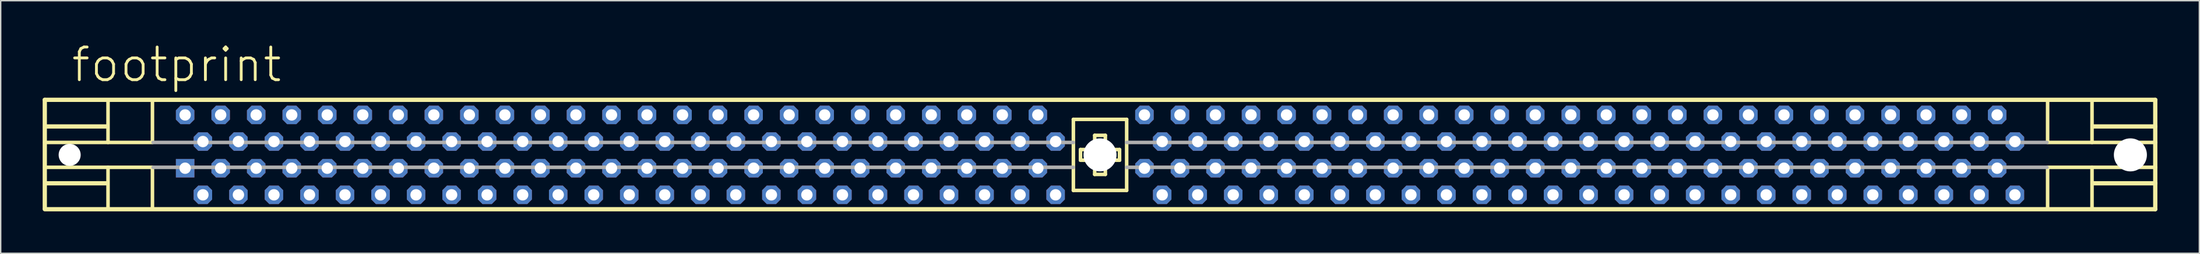
<source format=kicad_pcb>
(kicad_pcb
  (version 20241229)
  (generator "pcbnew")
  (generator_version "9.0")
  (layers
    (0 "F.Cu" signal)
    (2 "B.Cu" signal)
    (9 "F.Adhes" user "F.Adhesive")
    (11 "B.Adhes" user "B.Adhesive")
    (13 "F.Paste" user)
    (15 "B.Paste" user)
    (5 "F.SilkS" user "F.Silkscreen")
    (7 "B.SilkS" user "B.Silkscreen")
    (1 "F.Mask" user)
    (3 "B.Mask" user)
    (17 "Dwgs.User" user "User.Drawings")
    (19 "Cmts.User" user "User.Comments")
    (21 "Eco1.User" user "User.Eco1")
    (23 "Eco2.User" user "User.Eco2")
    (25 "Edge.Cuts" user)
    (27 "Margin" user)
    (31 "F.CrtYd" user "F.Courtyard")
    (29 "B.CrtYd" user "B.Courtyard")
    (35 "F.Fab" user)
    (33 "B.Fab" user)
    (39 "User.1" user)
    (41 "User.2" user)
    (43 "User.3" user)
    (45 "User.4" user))
  (footprint "footprint"
    (layer "F.Cu")
    (at 75.59 8.026)
    (property "Reference" "footprint" (at -73.66 -5.08 0) (layer "F.SilkS") (effects (font (size 2.337 2.337) (thickness 0.203)) (justify left bottom)))
    (fp_line (start -75.438 -3.937) (end -75.438 3.81) (stroke (width 0.305) (type solid)) (layer "F.SilkS"))
    (fp_line (start -75.438 -3.937) (end 75.438 -3.937) (stroke (width 0.305) (type solid)) (layer "F.SilkS"))
    (fp_line (start -75.438 -0.889) (end -67.818 -0.889) (stroke (width 0.254) (type solid)) (layer "F.SilkS"))
    (fp_line (start -75.438 0.889) (end -67.818 0.889) (stroke (width 0.254) (type solid)) (layer "F.SilkS"))
    (fp_line (start -75.311 -2.032) (end -70.993 -2.032) (stroke (width 0.305) (type solid)) (layer "F.SilkS"))
    (fp_line (start -75.311 2.032) (end -70.993 2.032) (stroke (width 0.305) (type solid)) (layer "F.SilkS"))
    (fp_line (start -70.917 -3.861) (end -70.917 -0.889) (stroke (width 0.254) (type solid)) (layer "F.SilkS"))
    (fp_line (start -70.917 0.889) (end -70.917 3.81) (stroke (width 0.254) (type solid)) (layer "F.SilkS"))
    (fp_line (start -67.742 -3.861) (end -67.742 -0.889) (stroke (width 0.254) (type solid)) (layer "F.SilkS"))
    (fp_line (start -67.742 0.889) (end -67.742 3.81) (stroke (width 0.254) (type solid)) (layer "F.SilkS"))
    (fp_line (start -1.905 -2.54) (end -1.905 2.54) (stroke (width 0.254) (type solid)) (layer "F.SilkS"))
    (fp_line (start -1.905 2.54) (end 1.905 2.54) (stroke (width 0.254) (type solid)) (layer "F.SilkS"))
    (fp_line (start -1.397 -0.381) (end -1.397 0.381) (stroke (width 0.254) (type solid)) (layer "F.SilkS"))
    (fp_line (start -1.397 0.381) (end -0.381 0.381) (stroke (width 0.254) (type solid)) (layer "F.SilkS"))
    (fp_line (start -0.381 -1.397) (end -0.381 -0.381) (stroke (width 0.254) (type solid)) (layer "F.SilkS"))
    (fp_line (start -0.381 -0.381) (end -1.397 -0.381) (stroke (width 0.254) (type solid)) (layer "F.SilkS"))
    (fp_line (start -0.381 0.381) (end -0.381 1.397) (stroke (width 0.254) (type solid)) (layer "F.SilkS"))
    (fp_line (start -0.381 1.397) (end 0.381 1.397) (stroke (width 0.254) (type solid)) (layer "F.SilkS"))
    (fp_line (start 0.381 -1.397) (end -0.381 -1.397) (stroke (width 0.254) (type solid)) (layer "F.SilkS"))
    (fp_line (start 0.381 -0.381) (end 0.381 -1.397) (stroke (width 0.254) (type solid)) (layer "F.SilkS"))
    (fp_line (start 0.381 0.381) (end 1.397 0.381) (stroke (width 0.254) (type solid)) (layer "F.SilkS"))
    (fp_line (start 0.381 1.397) (end 0.381 0.381) (stroke (width 0.254) (type solid)) (layer "F.SilkS"))
    (fp_line (start 1.397 -0.381) (end 0.381 -0.381) (stroke (width 0.254) (type solid)) (layer "F.SilkS"))
    (fp_line (start 1.397 0.381) (end 1.397 -0.381) (stroke (width 0.254) (type solid)) (layer "F.SilkS"))
    (fp_line (start 1.905 -2.54) (end -1.905 -2.54) (stroke (width 0.254) (type solid)) (layer "F.SilkS"))
    (fp_line (start 1.905 2.54) (end 1.905 -2.54) (stroke (width 0.254) (type solid)) (layer "F.SilkS"))
    (fp_line (start 67.742 -3.861) (end 67.742 -0.889) (stroke (width 0.254) (type solid)) (layer "F.SilkS"))
    (fp_line (start 67.742 0.889) (end 67.742 3.81) (stroke (width 0.254) (type solid)) (layer "F.SilkS"))
    (fp_line (start 70.917 -3.861) (end 70.917 -0.889) (stroke (width 0.254) (type solid)) (layer "F.SilkS"))
    (fp_line (start 70.917 0.889) (end 70.917 3.81) (stroke (width 0.254) (type solid)) (layer "F.SilkS"))
    (fp_line (start 75.438 -3.937) (end 75.438 -2.032) (stroke (width 0.305) (type solid)) (layer "F.SilkS"))
    (fp_line (start 75.438 -2.032) (end 70.993 -2.032) (stroke (width 0.305) (type solid)) (layer "F.SilkS"))
    (fp_line (start 75.438 -2.032) (end 75.438 -0.889) (stroke (width 0.305) (type solid)) (layer "F.SilkS"))
    (fp_line (start 75.438 -0.889) (end 67.818 -0.889) (stroke (width 0.254) (type solid)) (layer "F.SilkS"))
    (fp_line (start 75.438 -0.889) (end 75.438 0.889) (stroke (width 0.305) (type solid)) (layer "F.SilkS"))
    (fp_line (start 75.438 0.889) (end 67.818 0.889) (stroke (width 0.254) (type solid)) (layer "F.SilkS"))
    (fp_line (start 75.438 0.889) (end 75.438 2.032) (stroke (width 0.305) (type solid)) (layer "F.SilkS"))
    (fp_line (start 75.438 2.032) (end 70.993 2.032) (stroke (width 0.305) (type solid)) (layer "F.SilkS"))
    (fp_line (start 75.438 2.032) (end 75.438 3.886) (stroke (width 0.305) (type solid)) (layer "F.SilkS"))
    (fp_line (start 75.438 3.886) (end -75.438 3.886) (stroke (width 0.305) (type solid)) (layer "F.SilkS"))
    (fp_line (start -67.691 -0.889) (end -1.905 -0.889) (stroke (width 0.254) (type solid)) (layer "F.Fab"))
    (fp_line (start -67.691 0.889) (end -1.905 0.889) (stroke (width 0.254) (type solid)) (layer "F.Fab"))
    (fp_line (start 1.905 -0.889) (end 67.691 -0.889) (stroke (width 0.254) (type solid)) (layer "F.Fab"))
    (fp_line (start 1.905 0.889) (end 67.691 0.889) (stroke (width 0.254) (type solid)) (layer "F.Fab"))
    (pad "" np_thru_hole circle (at -73.66 0) (size 1.575 1.575) (drill 1.575) (layers "*.Cu" "*.Mask"))
    (pad "" np_thru_hole circle (at 0 0) (size 2.362 2.362) (drill 2.362) (layers "*.Cu" "*.Mask"))
    (pad "" np_thru_hole circle (at 73.66 0) (size 2.362 2.362) (drill 2.362) (layers "*.Cu" "*.Mask"))
    (pad "1" thru_hole rect (at -65.405 0.953) (size 1.321 1.321) (drill 0.813) (layers "*.Cu" "*.Mask"))
    (pad "2" thru_hole roundrect (at -64.135 2.857) (size 1.321 1.321) (drill 0.813) (layers "*.Cu" "*.Mask") (roundrect_rratio 0.25) (chamfer_ratio 0.25) (chamfer top_left top_right bottom_left bottom_right))
    (pad "3" thru_hole roundrect (at -62.865 0.953) (size 1.321 1.321) (drill 0.813) (layers "*.Cu" "*.Mask") (roundrect_rratio 0.25) (chamfer_ratio 0.25) (chamfer top_left top_right bottom_left bottom_right))
    (pad "4" thru_hole roundrect (at -61.595 2.857) (size 1.321 1.321) (drill 0.813) (layers "*.Cu" "*.Mask") (roundrect_rratio 0.25) (chamfer_ratio 0.25) (chamfer top_left top_right bottom_left bottom_right))
    (pad "5" thru_hole roundrect (at -60.325 0.953) (size 1.321 1.321) (drill 0.813) (layers "*.Cu" "*.Mask") (roundrect_rratio 0.25) (chamfer_ratio 0.25) (chamfer top_left top_right bottom_left bottom_right))
    (pad "6" thru_hole roundrect (at -59.055 2.857) (size 1.321 1.321) (drill 0.813) (layers "*.Cu" "*.Mask") (roundrect_rratio 0.25) (chamfer_ratio 0.25) (chamfer top_left top_right bottom_left bottom_right))
    (pad "7" thru_hole roundrect (at -57.785 0.953) (size 1.321 1.321) (drill 0.813) (layers "*.Cu" "*.Mask") (roundrect_rratio 0.25) (chamfer_ratio 0.25) (chamfer top_left top_right bottom_left bottom_right))
    (pad "8" thru_hole roundrect (at -56.515 2.857) (size 1.321 1.321) (drill 0.813) (layers "*.Cu" "*.Mask") (roundrect_rratio 0.25) (chamfer_ratio 0.25) (chamfer top_left top_right bottom_left bottom_right))
    (pad "9" thru_hole roundrect (at -55.245 0.953) (size 1.321 1.321) (drill 0.813) (layers "*.Cu" "*.Mask") (roundrect_rratio 0.25) (chamfer_ratio 0.25) (chamfer top_left top_right bottom_left bottom_right))
    (pad "10" thru_hole roundrect (at -53.975 2.857) (size 1.321 1.321) (drill 0.813) (layers "*.Cu" "*.Mask") (roundrect_rratio 0.25) (chamfer_ratio 0.25) (chamfer top_left top_right bottom_left bottom_right))
    (pad "11" thru_hole roundrect (at -52.705 0.953) (size 1.321 1.321) (drill 0.813) (layers "*.Cu" "*.Mask") (roundrect_rratio 0.25) (chamfer_ratio 0.25) (chamfer top_left top_right bottom_left bottom_right))
    (pad "12" thru_hole roundrect (at -51.435 2.857) (size 1.321 1.321) (drill 0.813) (layers "*.Cu" "*.Mask") (roundrect_rratio 0.25) (chamfer_ratio 0.25) (chamfer top_left top_right bottom_left bottom_right))
    (pad "13" thru_hole roundrect (at -50.165 0.953) (size 1.321 1.321) (drill 0.813) (layers "*.Cu" "*.Mask") (roundrect_rratio 0.25) (chamfer_ratio 0.25) (chamfer top_left top_right bottom_left bottom_right))
    (pad "14" thru_hole roundrect (at -48.895 2.857) (size 1.321 1.321) (drill 0.813) (layers "*.Cu" "*.Mask") (roundrect_rratio 0.25) (chamfer_ratio 0.25) (chamfer top_left top_right bottom_left bottom_right))
    (pad "15" thru_hole roundrect (at -47.625 0.953) (size 1.321 1.321) (drill 0.813) (layers "*.Cu" "*.Mask") (roundrect_rratio 0.25) (chamfer_ratio 0.25) (chamfer top_left top_right bottom_left bottom_right))
    (pad "16" thru_hole roundrect (at -46.355 2.857) (size 1.321 1.321) (drill 0.813) (layers "*.Cu" "*.Mask") (roundrect_rratio 0.25) (chamfer_ratio 0.25) (chamfer top_left top_right bottom_left bottom_right))
    (pad "17" thru_hole roundrect (at -45.085 0.953) (size 1.321 1.321) (drill 0.813) (layers "*.Cu" "*.Mask") (roundrect_rratio 0.25) (chamfer_ratio 0.25) (chamfer top_left top_right bottom_left bottom_right))
    (pad "18" thru_hole roundrect (at -43.815 2.857) (size 1.321 1.321) (drill 0.813) (layers "*.Cu" "*.Mask") (roundrect_rratio 0.25) (chamfer_ratio 0.25) (chamfer top_left top_right bottom_left bottom_right))
    (pad "19" thru_hole roundrect (at -42.545 0.953) (size 1.321 1.321) (drill 0.813) (layers "*.Cu" "*.Mask") (roundrect_rratio 0.25) (chamfer_ratio 0.25) (chamfer top_left top_right bottom_left bottom_right))
    (pad "20" thru_hole roundrect (at -41.275 2.857) (size 1.321 1.321) (drill 0.813) (layers "*.Cu" "*.Mask") (roundrect_rratio 0.25) (chamfer_ratio 0.25) (chamfer top_left top_right bottom_left bottom_right))
    (pad "21" thru_hole roundrect (at -40.005 0.953) (size 1.321 1.321) (drill 0.813) (layers "*.Cu" "*.Mask") (roundrect_rratio 0.25) (chamfer_ratio 0.25) (chamfer top_left top_right bottom_left bottom_right))
    (pad "22" thru_hole roundrect (at -38.735 2.857) (size 1.321 1.321) (drill 0.813) (layers "*.Cu" "*.Mask") (roundrect_rratio 0.25) (chamfer_ratio 0.25) (chamfer top_left top_right bottom_left bottom_right))
    (pad "23" thru_hole roundrect (at -37.465 0.953) (size 1.321 1.321) (drill 0.813) (layers "*.Cu" "*.Mask") (roundrect_rratio 0.25) (chamfer_ratio 0.25) (chamfer top_left top_right bottom_left bottom_right))
    (pad "24" thru_hole roundrect (at -36.195 2.857) (size 1.321 1.321) (drill 0.813) (layers "*.Cu" "*.Mask") (roundrect_rratio 0.25) (chamfer_ratio 0.25) (chamfer top_left top_right bottom_left bottom_right))
    (pad "25" thru_hole roundrect (at -34.925 0.953) (size 1.321 1.321) (drill 0.813) (layers "*.Cu" "*.Mask") (roundrect_rratio 0.25) (chamfer_ratio 0.25) (chamfer top_left top_right bottom_left bottom_right))
    (pad "26" thru_hole roundrect (at -33.655 2.857) (size 1.321 1.321) (drill 0.813) (layers "*.Cu" "*.Mask") (roundrect_rratio 0.25) (chamfer_ratio 0.25) (chamfer top_left top_right bottom_left bottom_right))
    (pad "27" thru_hole roundrect (at -32.385 0.953) (size 1.321 1.321) (drill 0.813) (layers "*.Cu" "*.Mask") (roundrect_rratio 0.25) (chamfer_ratio 0.25) (chamfer top_left top_right bottom_left bottom_right))
    (pad "28" thru_hole roundrect (at -31.115 2.857) (size 1.321 1.321) (drill 0.813) (layers "*.Cu" "*.Mask") (roundrect_rratio 0.25) (chamfer_ratio 0.25) (chamfer top_left top_right bottom_left bottom_right))
    (pad "29" thru_hole roundrect (at -29.845 0.953) (size 1.321 1.321) (drill 0.813) (layers "*.Cu" "*.Mask") (roundrect_rratio 0.25) (chamfer_ratio 0.25) (chamfer top_left top_right bottom_left bottom_right))
    (pad "30" thru_hole roundrect (at -28.575 2.857) (size 1.321 1.321) (drill 0.813) (layers "*.Cu" "*.Mask") (roundrect_rratio 0.25) (chamfer_ratio 0.25) (chamfer top_left top_right bottom_left bottom_right))
    (pad "31" thru_hole roundrect (at -27.305 0.953) (size 1.321 1.321) (drill 0.813) (layers "*.Cu" "*.Mask") (roundrect_rratio 0.25) (chamfer_ratio 0.25) (chamfer top_left top_right bottom_left bottom_right))
    (pad "32" thru_hole roundrect (at -26.035 2.857) (size 1.321 1.321) (drill 0.813) (layers "*.Cu" "*.Mask") (roundrect_rratio 0.25) (chamfer_ratio 0.25) (chamfer top_left top_right bottom_left bottom_right))
    (pad "33" thru_hole roundrect (at -24.765 0.953) (size 1.321 1.321) (drill 0.813) (layers "*.Cu" "*.Mask") (roundrect_rratio 0.25) (chamfer_ratio 0.25) (chamfer top_left top_right bottom_left bottom_right))
    (pad "34" thru_hole roundrect (at -23.495 2.857) (size 1.321 1.321) (drill 0.813) (layers "*.Cu" "*.Mask") (roundrect_rratio 0.25) (chamfer_ratio 0.25) (chamfer top_left top_right bottom_left bottom_right))
    (pad "35" thru_hole roundrect (at -22.225 0.953) (size 1.321 1.321) (drill 0.813) (layers "*.Cu" "*.Mask") (roundrect_rratio 0.25) (chamfer_ratio 0.25) (chamfer top_left top_right bottom_left bottom_right))
    (pad "36" thru_hole roundrect (at -20.955 2.857) (size 1.321 1.321) (drill 0.813) (layers "*.Cu" "*.Mask") (roundrect_rratio 0.25) (chamfer_ratio 0.25) (chamfer top_left top_right bottom_left bottom_right))
    (pad "37" thru_hole roundrect (at -19.685 0.953) (size 1.321 1.321) (drill 0.813) (layers "*.Cu" "*.Mask") (roundrect_rratio 0.25) (chamfer_ratio 0.25) (chamfer top_left top_right bottom_left bottom_right))
    (pad "38" thru_hole roundrect (at -18.415 2.857) (size 1.321 1.321) (drill 0.813) (layers "*.Cu" "*.Mask") (roundrect_rratio 0.25) (chamfer_ratio 0.25) (chamfer top_left top_right bottom_left bottom_right))
    (pad "39" thru_hole roundrect (at -17.145 0.953) (size 1.321 1.321) (drill 0.813) (layers "*.Cu" "*.Mask") (roundrect_rratio 0.25) (chamfer_ratio 0.25) (chamfer top_left top_right bottom_left bottom_right))
    (pad "40" thru_hole roundrect (at -15.875 2.857) (size 1.321 1.321) (drill 0.813) (layers "*.Cu" "*.Mask") (roundrect_rratio 0.25) (chamfer_ratio 0.25) (chamfer top_left top_right bottom_left bottom_right))
    (pad "41" thru_hole roundrect (at -14.605 0.953) (size 1.321 1.321) (drill 0.813) (layers "*.Cu" "*.Mask") (roundrect_rratio 0.25) (chamfer_ratio 0.25) (chamfer top_left top_right bottom_left bottom_right))
    (pad "42" thru_hole roundrect (at -13.335 2.857) (size 1.321 1.321) (drill 0.813) (layers "*.Cu" "*.Mask") (roundrect_rratio 0.25) (chamfer_ratio 0.25) (chamfer top_left top_right bottom_left bottom_right))
    (pad "43" thru_hole roundrect (at -12.065 0.953) (size 1.321 1.321) (drill 0.813) (layers "*.Cu" "*.Mask") (roundrect_rratio 0.25) (chamfer_ratio 0.25) (chamfer top_left top_right bottom_left bottom_right))
    (pad "44" thru_hole roundrect (at -10.795 2.857) (size 1.321 1.321) (drill 0.813) (layers "*.Cu" "*.Mask") (roundrect_rratio 0.25) (chamfer_ratio 0.25) (chamfer top_left top_right bottom_left bottom_right))
    (pad "45" thru_hole roundrect (at -9.525 0.953) (size 1.321 1.321) (drill 0.813) (layers "*.Cu" "*.Mask") (roundrect_rratio 0.25) (chamfer_ratio 0.25) (chamfer top_left top_right bottom_left bottom_right))
    (pad "46" thru_hole roundrect (at -8.255 2.857) (size 1.321 1.321) (drill 0.813) (layers "*.Cu" "*.Mask") (roundrect_rratio 0.25) (chamfer_ratio 0.25) (chamfer top_left top_right bottom_left bottom_right))
    (pad "47" thru_hole roundrect (at -6.985 0.953) (size 1.321 1.321) (drill 0.813) (layers "*.Cu" "*.Mask") (roundrect_rratio 0.25) (chamfer_ratio 0.25) (chamfer top_left top_right bottom_left bottom_right))
    (pad "48" thru_hole roundrect (at -5.715 2.857) (size 1.321 1.321) (drill 0.813) (layers "*.Cu" "*.Mask") (roundrect_rratio 0.25) (chamfer_ratio 0.25) (chamfer top_left top_right bottom_left bottom_right))
    (pad "49" thru_hole roundrect (at -4.445 0.953) (size 1.321 1.321) (drill 0.813) (layers "*.Cu" "*.Mask") (roundrect_rratio 0.25) (chamfer_ratio 0.25) (chamfer top_left top_right bottom_left bottom_right))
    (pad "50" thru_hole roundrect (at -3.175 2.857) (size 1.321 1.321) (drill 0.813) (layers "*.Cu" "*.Mask") (roundrect_rratio 0.25) (chamfer_ratio 0.25) (chamfer top_left top_right bottom_left bottom_right))
    (pad "51" thru_hole roundrect (at 3.175 0.953) (size 1.321 1.321) (drill 0.813) (layers "*.Cu" "*.Mask") (roundrect_rratio 0.25) (chamfer_ratio 0.25) (chamfer top_left top_right bottom_left bottom_right))
    (pad "52" thru_hole roundrect (at 4.445 2.857) (size 1.321 1.321) (drill 0.813) (layers "*.Cu" "*.Mask") (roundrect_rratio 0.25) (chamfer_ratio 0.25) (chamfer top_left top_right bottom_left bottom_right))
    (pad "53" thru_hole roundrect (at 5.715 0.953) (size 1.321 1.321) (drill 0.813) (layers "*.Cu" "*.Mask") (roundrect_rratio 0.25) (chamfer_ratio 0.25) (chamfer top_left top_right bottom_left bottom_right))
    (pad "54" thru_hole roundrect (at 6.985 2.857) (size 1.321 1.321) (drill 0.813) (layers "*.Cu" "*.Mask") (roundrect_rratio 0.25) (chamfer_ratio 0.25) (chamfer top_left top_right bottom_left bottom_right))
    (pad "55" thru_hole roundrect (at 8.255 0.953) (size 1.321 1.321) (drill 0.813) (layers "*.Cu" "*.Mask") (roundrect_rratio 0.25) (chamfer_ratio 0.25) (chamfer top_left top_right bottom_left bottom_right))
    (pad "56" thru_hole roundrect (at 9.525 2.857) (size 1.321 1.321) (drill 0.813) (layers "*.Cu" "*.Mask") (roundrect_rratio 0.25) (chamfer_ratio 0.25) (chamfer top_left top_right bottom_left bottom_right))
    (pad "57" thru_hole roundrect (at 10.795 0.953) (size 1.321 1.321) (drill 0.813) (layers "*.Cu" "*.Mask") (roundrect_rratio 0.25) (chamfer_ratio 0.25) (chamfer top_left top_right bottom_left bottom_right))
    (pad "58" thru_hole roundrect (at 12.065 2.857) (size 1.321 1.321) (drill 0.813) (layers "*.Cu" "*.Mask") (roundrect_rratio 0.25) (chamfer_ratio 0.25) (chamfer top_left top_right bottom_left bottom_right))
    (pad "59" thru_hole roundrect (at 13.335 0.953) (size 1.321 1.321) (drill 0.813) (layers "*.Cu" "*.Mask") (roundrect_rratio 0.25) (chamfer_ratio 0.25) (chamfer top_left top_right bottom_left bottom_right))
    (pad "60" thru_hole roundrect (at 14.605 2.857) (size 1.321 1.321) (drill 0.813) (layers "*.Cu" "*.Mask") (roundrect_rratio 0.25) (chamfer_ratio 0.25) (chamfer top_left top_right bottom_left bottom_right))
    (pad "61" thru_hole roundrect (at 15.875 0.953) (size 1.321 1.321) (drill 0.813) (layers "*.Cu" "*.Mask") (roundrect_rratio 0.25) (chamfer_ratio 0.25) (chamfer top_left top_right bottom_left bottom_right))
    (pad "62" thru_hole roundrect (at 17.145 2.857) (size 1.321 1.321) (drill 0.813) (layers "*.Cu" "*.Mask") (roundrect_rratio 0.25) (chamfer_ratio 0.25) (chamfer top_left top_right bottom_left bottom_right))
    (pad "63" thru_hole roundrect (at 18.415 0.953) (size 1.321 1.321) (drill 0.813) (layers "*.Cu" "*.Mask") (roundrect_rratio 0.25) (chamfer_ratio 0.25) (chamfer top_left top_right bottom_left bottom_right))
    (pad "64" thru_hole roundrect (at 19.685 2.857) (size 1.321 1.321) (drill 0.813) (layers "*.Cu" "*.Mask") (roundrect_rratio 0.25) (chamfer_ratio 0.25) (chamfer top_left top_right bottom_left bottom_right))
    (pad "65" thru_hole roundrect (at 20.955 0.953) (size 1.321 1.321) (drill 0.813) (layers "*.Cu" "*.Mask") (roundrect_rratio 0.25) (chamfer_ratio 0.25) (chamfer top_left top_right bottom_left bottom_right))
    (pad "66" thru_hole roundrect (at 22.225 2.857) (size 1.321 1.321) (drill 0.813) (layers "*.Cu" "*.Mask") (roundrect_rratio 0.25) (chamfer_ratio 0.25) (chamfer top_left top_right bottom_left bottom_right))
    (pad "67" thru_hole roundrect (at 23.495 0.953) (size 1.321 1.321) (drill 0.813) (layers "*.Cu" "*.Mask") (roundrect_rratio 0.25) (chamfer_ratio 0.25) (chamfer top_left top_right bottom_left bottom_right))
    (pad "68" thru_hole roundrect (at 24.765 2.857) (size 1.321 1.321) (drill 0.813) (layers "*.Cu" "*.Mask") (roundrect_rratio 0.25) (chamfer_ratio 0.25) (chamfer top_left top_right bottom_left bottom_right))
    (pad "69" thru_hole roundrect (at 26.035 0.953) (size 1.321 1.321) (drill 0.813) (layers "*.Cu" "*.Mask") (roundrect_rratio 0.25) (chamfer_ratio 0.25) (chamfer top_left top_right bottom_left bottom_right))
    (pad "70" thru_hole roundrect (at 27.305 2.857) (size 1.321 1.321) (drill 0.813) (layers "*.Cu" "*.Mask") (roundrect_rratio 0.25) (chamfer_ratio 0.25) (chamfer top_left top_right bottom_left bottom_right))
    (pad "71" thru_hole roundrect (at 28.575 0.953) (size 1.321 1.321) (drill 0.813) (layers "*.Cu" "*.Mask") (roundrect_rratio 0.25) (chamfer_ratio 0.25) (chamfer top_left top_right bottom_left bottom_right))
    (pad "72" thru_hole roundrect (at 29.845 2.857) (size 1.321 1.321) (drill 0.813) (layers "*.Cu" "*.Mask") (roundrect_rratio 0.25) (chamfer_ratio 0.25) (chamfer top_left top_right bottom_left bottom_right))
    (pad "73" thru_hole roundrect (at 31.115 0.953) (size 1.321 1.321) (drill 0.813) (layers "*.Cu" "*.Mask") (roundrect_rratio 0.25) (chamfer_ratio 0.25) (chamfer top_left top_right bottom_left bottom_right))
    (pad "74" thru_hole roundrect (at 32.385 2.857) (size 1.321 1.321) (drill 0.813) (layers "*.Cu" "*.Mask") (roundrect_rratio 0.25) (chamfer_ratio 0.25) (chamfer top_left top_right bottom_left bottom_right))
    (pad "75" thru_hole roundrect (at 33.655 0.953) (size 1.321 1.321) (drill 0.813) (layers "*.Cu" "*.Mask") (roundrect_rratio 0.25) (chamfer_ratio 0.25) (chamfer top_left top_right bottom_left bottom_right))
    (pad "76" thru_hole roundrect (at 34.925 2.857) (size 1.321 1.321) (drill 0.813) (layers "*.Cu" "*.Mask") (roundrect_rratio 0.25) (chamfer_ratio 0.25) (chamfer top_left top_right bottom_left bottom_right))
    (pad "77" thru_hole roundrect (at 36.195 0.953) (size 1.321 1.321) (drill 0.813) (layers "*.Cu" "*.Mask") (roundrect_rratio 0.25) (chamfer_ratio 0.25) (chamfer top_left top_right bottom_left bottom_right))
    (pad "78" thru_hole roundrect (at 37.465 2.857) (size 1.321 1.321) (drill 0.813) (layers "*.Cu" "*.Mask") (roundrect_rratio 0.25) (chamfer_ratio 0.25) (chamfer top_left top_right bottom_left bottom_right))
    (pad "79" thru_hole roundrect (at 38.735 0.953) (size 1.321 1.321) (drill 0.813) (layers "*.Cu" "*.Mask") (roundrect_rratio 0.25) (chamfer_ratio 0.25) (chamfer top_left top_right bottom_left bottom_right))
    (pad "80" thru_hole roundrect (at 40.005 2.857) (size 1.321 1.321) (drill 0.813) (layers "*.Cu" "*.Mask") (roundrect_rratio 0.25) (chamfer_ratio 0.25) (chamfer top_left top_right bottom_left bottom_right))
    (pad "81" thru_hole roundrect (at 41.275 0.953) (size 1.321 1.321) (drill 0.813) (layers "*.Cu" "*.Mask") (roundrect_rratio 0.25) (chamfer_ratio 0.25) (chamfer top_left top_right bottom_left bottom_right))
    (pad "82" thru_hole roundrect (at 42.545 2.857) (size 1.321 1.321) (drill 0.813) (layers "*.Cu" "*.Mask") (roundrect_rratio 0.25) (chamfer_ratio 0.25) (chamfer top_left top_right bottom_left bottom_right))
    (pad "83" thru_hole roundrect (at 43.815 0.953) (size 1.321 1.321) (drill 0.813) (layers "*.Cu" "*.Mask") (roundrect_rratio 0.25) (chamfer_ratio 0.25) (chamfer top_left top_right bottom_left bottom_right))
    (pad "84" thru_hole roundrect (at 45.085 2.857) (size 1.321 1.321) (drill 0.813) (layers "*.Cu" "*.Mask") (roundrect_rratio 0.25) (chamfer_ratio 0.25) (chamfer top_left top_right bottom_left bottom_right))
    (pad "85" thru_hole roundrect (at 46.355 0.953) (size 1.321 1.321) (drill 0.813) (layers "*.Cu" "*.Mask") (roundrect_rratio 0.25) (chamfer_ratio 0.25) (chamfer top_left top_right bottom_left bottom_right))
    (pad "86" thru_hole roundrect (at 47.625 2.857) (size 1.321 1.321) (drill 0.813) (layers "*.Cu" "*.Mask") (roundrect_rratio 0.25) (chamfer_ratio 0.25) (chamfer top_left top_right bottom_left bottom_right))
    (pad "87" thru_hole roundrect (at 48.895 0.953) (size 1.321 1.321) (drill 0.813) (layers "*.Cu" "*.Mask") (roundrect_rratio 0.25) (chamfer_ratio 0.25) (chamfer top_left top_right bottom_left bottom_right))
    (pad "88" thru_hole roundrect (at 50.165 2.857) (size 1.321 1.321) (drill 0.813) (layers "*.Cu" "*.Mask") (roundrect_rratio 0.25) (chamfer_ratio 0.25) (chamfer top_left top_right bottom_left bottom_right))
    (pad "89" thru_hole roundrect (at 51.435 0.953) (size 1.321 1.321) (drill 0.813) (layers "*.Cu" "*.Mask") (roundrect_rratio 0.25) (chamfer_ratio 0.25) (chamfer top_left top_right bottom_left bottom_right))
    (pad "90" thru_hole roundrect (at 52.705 2.857) (size 1.321 1.321) (drill 0.813) (layers "*.Cu" "*.Mask") (roundrect_rratio 0.25) (chamfer_ratio 0.25) (chamfer top_left top_right bottom_left bottom_right))
    (pad "91" thru_hole roundrect (at 53.975 0.953) (size 1.321 1.321) (drill 0.813) (layers "*.Cu" "*.Mask") (roundrect_rratio 0.25) (chamfer_ratio 0.25) (chamfer top_left top_right bottom_left bottom_right))
    (pad "92" thru_hole roundrect (at 55.245 2.857) (size 1.321 1.321) (drill 0.813) (layers "*.Cu" "*.Mask") (roundrect_rratio 0.25) (chamfer_ratio 0.25) (chamfer top_left top_right bottom_left bottom_right))
    (pad "93" thru_hole roundrect (at 56.515 0.953) (size 1.321 1.321) (drill 0.813) (layers "*.Cu" "*.Mask") (roundrect_rratio 0.25) (chamfer_ratio 0.25) (chamfer top_left top_right bottom_left bottom_right))
    (pad "94" thru_hole roundrect (at 57.785 2.857) (size 1.321 1.321) (drill 0.813) (layers "*.Cu" "*.Mask") (roundrect_rratio 0.25) (chamfer_ratio 0.25) (chamfer top_left top_right bottom_left bottom_right))
    (pad "95" thru_hole roundrect (at 59.055 0.953) (size 1.321 1.321) (drill 0.813) (layers "*.Cu" "*.Mask") (roundrect_rratio 0.25) (chamfer_ratio 0.25) (chamfer top_left top_right bottom_left bottom_right))
    (pad "96" thru_hole roundrect (at 60.325 2.857) (size 1.321 1.321) (drill 0.813) (layers "*.Cu" "*.Mask") (roundrect_rratio 0.25) (chamfer_ratio 0.25) (chamfer top_left top_right bottom_left bottom_right))
    (pad "97" thru_hole roundrect (at 61.595 0.953) (size 1.321 1.321) (drill 0.813) (layers "*.Cu" "*.Mask") (roundrect_rratio 0.25) (chamfer_ratio 0.25) (chamfer top_left top_right bottom_left bottom_right))
    (pad "98" thru_hole roundrect (at 62.865 2.857) (size 1.321 1.321) (drill 0.813) (layers "*.Cu" "*.Mask") (roundrect_rratio 0.25) (chamfer_ratio 0.25) (chamfer top_left top_right bottom_left bottom_right))
    (pad "99" thru_hole roundrect (at 64.135 0.953) (size 1.321 1.321) (drill 0.813) (layers "*.Cu" "*.Mask") (roundrect_rratio 0.25) (chamfer_ratio 0.25) (chamfer top_left top_right bottom_left bottom_right))
    (pad "100" thru_hole roundrect (at 65.405 2.857) (size 1.321 1.321) (drill 0.813) (layers "*.Cu" "*.Mask") (roundrect_rratio 0.25) (chamfer_ratio 0.25) (chamfer top_left top_right bottom_left bottom_right))
    (pad "101" thru_hole roundrect (at -65.405 -2.857) (size 1.321 1.321) (drill 0.813) (layers "*.Cu" "*.Mask") (roundrect_rratio 0.25) (chamfer_ratio 0.25) (chamfer top_left top_right bottom_left bottom_right))
    (pad "102" thru_hole roundrect (at -64.135 -0.953) (size 1.321 1.321) (drill 0.813) (layers "*.Cu" "*.Mask") (roundrect_rratio 0.25) (chamfer_ratio 0.25) (chamfer top_left top_right bottom_left bottom_right))
    (pad "103" thru_hole roundrect (at -62.865 -2.857) (size 1.321 1.321) (drill 0.813) (layers "*.Cu" "*.Mask") (roundrect_rratio 0.25) (chamfer_ratio 0.25) (chamfer top_left top_right bottom_left bottom_right))
    (pad "104" thru_hole roundrect (at -61.595 -0.953) (size 1.321 1.321) (drill 0.813) (layers "*.Cu" "*.Mask") (roundrect_rratio 0.25) (chamfer_ratio 0.25) (chamfer top_left top_right bottom_left bottom_right))
    (pad "105" thru_hole roundrect (at -60.325 -2.857) (size 1.321 1.321) (drill 0.813) (layers "*.Cu" "*.Mask") (roundrect_rratio 0.25) (chamfer_ratio 0.25) (chamfer top_left top_right bottom_left bottom_right))
    (pad "106" thru_hole roundrect (at -59.055 -0.953) (size 1.321 1.321) (drill 0.813) (layers "*.Cu" "*.Mask") (roundrect_rratio 0.25) (chamfer_ratio 0.25) (chamfer top_left top_right bottom_left bottom_right))
    (pad "107" thru_hole roundrect (at -57.785 -2.857) (size 1.321 1.321) (drill 0.813) (layers "*.Cu" "*.Mask") (roundrect_rratio 0.25) (chamfer_ratio 0.25) (chamfer top_left top_right bottom_left bottom_right))
    (pad "108" thru_hole roundrect (at -56.515 -0.953) (size 1.321 1.321) (drill 0.813) (layers "*.Cu" "*.Mask") (roundrect_rratio 0.25) (chamfer_ratio 0.25) (chamfer top_left top_right bottom_left bottom_right))
    (pad "109" thru_hole roundrect (at -55.245 -2.857) (size 1.321 1.321) (drill 0.813) (layers "*.Cu" "*.Mask") (roundrect_rratio 0.25) (chamfer_ratio 0.25) (chamfer top_left top_right bottom_left bottom_right))
    (pad "110" thru_hole roundrect (at -53.975 -0.953) (size 1.321 1.321) (drill 0.813) (layers "*.Cu" "*.Mask") (roundrect_rratio 0.25) (chamfer_ratio 0.25) (chamfer top_left top_right bottom_left bottom_right))
    (pad "111" thru_hole roundrect (at -52.705 -2.857) (size 1.321 1.321) (drill 0.813) (layers "*.Cu" "*.Mask") (roundrect_rratio 0.25) (chamfer_ratio 0.25) (chamfer top_left top_right bottom_left bottom_right))
    (pad "112" thru_hole roundrect (at -51.435 -0.953) (size 1.321 1.321) (drill 0.813) (layers "*.Cu" "*.Mask") (roundrect_rratio 0.25) (chamfer_ratio 0.25) (chamfer top_left top_right bottom_left bottom_right))
    (pad "113" thru_hole roundrect (at -50.165 -2.857) (size 1.321 1.321) (drill 0.813) (layers "*.Cu" "*.Mask") (roundrect_rratio 0.25) (chamfer_ratio 0.25) (chamfer top_left top_right bottom_left bottom_right))
    (pad "114" thru_hole roundrect (at -48.895 -0.953) (size 1.321 1.321) (drill 0.813) (layers "*.Cu" "*.Mask") (roundrect_rratio 0.25) (chamfer_ratio 0.25) (chamfer top_left top_right bottom_left bottom_right))
    (pad "115" thru_hole roundrect (at -47.625 -2.857) (size 1.321 1.321) (drill 0.813) (layers "*.Cu" "*.Mask") (roundrect_rratio 0.25) (chamfer_ratio 0.25) (chamfer top_left top_right bottom_left bottom_right))
    (pad "116" thru_hole roundrect (at -46.355 -0.953) (size 1.321 1.321) (drill 0.813) (layers "*.Cu" "*.Mask") (roundrect_rratio 0.25) (chamfer_ratio 0.25) (chamfer top_left top_right bottom_left bottom_right))
    (pad "117" thru_hole roundrect (at -45.085 -2.857) (size 1.321 1.321) (drill 0.813) (layers "*.Cu" "*.Mask") (roundrect_rratio 0.25) (chamfer_ratio 0.25) (chamfer top_left top_right bottom_left bottom_right))
    (pad "118" thru_hole roundrect (at -43.815 -0.953) (size 1.321 1.321) (drill 0.813) (layers "*.Cu" "*.Mask") (roundrect_rratio 0.25) (chamfer_ratio 0.25) (chamfer top_left top_right bottom_left bottom_right))
    (pad "119" thru_hole roundrect (at -42.545 -2.857) (size 1.321 1.321) (drill 0.813) (layers "*.Cu" "*.Mask") (roundrect_rratio 0.25) (chamfer_ratio 0.25) (chamfer top_left top_right bottom_left bottom_right))
    (pad "120" thru_hole roundrect (at -41.275 -0.953) (size 1.321 1.321) (drill 0.813) (layers "*.Cu" "*.Mask") (roundrect_rratio 0.25) (chamfer_ratio 0.25) (chamfer top_left top_right bottom_left bottom_right))
    (pad "121" thru_hole roundrect (at -40.005 -2.857) (size 1.321 1.321) (drill 0.813) (layers "*.Cu" "*.Mask") (roundrect_rratio 0.25) (chamfer_ratio 0.25) (chamfer top_left top_right bottom_left bottom_right))
    (pad "122" thru_hole roundrect (at -38.735 -0.953) (size 1.321 1.321) (drill 0.813) (layers "*.Cu" "*.Mask") (roundrect_rratio 0.25) (chamfer_ratio 0.25) (chamfer top_left top_right bottom_left bottom_right))
    (pad "123" thru_hole roundrect (at -37.465 -2.857) (size 1.321 1.321) (drill 0.813) (layers "*.Cu" "*.Mask") (roundrect_rratio 0.25) (chamfer_ratio 0.25) (chamfer top_left top_right bottom_left bottom_right))
    (pad "124" thru_hole roundrect (at -36.195 -0.953) (size 1.321 1.321) (drill 0.813) (layers "*.Cu" "*.Mask") (roundrect_rratio 0.25) (chamfer_ratio 0.25) (chamfer top_left top_right bottom_left bottom_right))
    (pad "125" thru_hole roundrect (at -34.925 -2.857) (size 1.321 1.321) (drill 0.813) (layers "*.Cu" "*.Mask") (roundrect_rratio 0.25) (chamfer_ratio 0.25) (chamfer top_left top_right bottom_left bottom_right))
    (pad "126" thru_hole roundrect (at -33.655 -0.953) (size 1.321 1.321) (drill 0.813) (layers "*.Cu" "*.Mask") (roundrect_rratio 0.25) (chamfer_ratio 0.25) (chamfer top_left top_right bottom_left bottom_right))
    (pad "127" thru_hole roundrect (at -32.385 -2.857) (size 1.321 1.321) (drill 0.813) (layers "*.Cu" "*.Mask") (roundrect_rratio 0.25) (chamfer_ratio 0.25) (chamfer top_left top_right bottom_left bottom_right))
    (pad "128" thru_hole roundrect (at -31.115 -0.953) (size 1.321 1.321) (drill 0.813) (layers "*.Cu" "*.Mask") (roundrect_rratio 0.25) (chamfer_ratio 0.25) (chamfer top_left top_right bottom_left bottom_right))
    (pad "129" thru_hole roundrect (at -29.845 -2.857) (size 1.321 1.321) (drill 0.813) (layers "*.Cu" "*.Mask") (roundrect_rratio 0.25) (chamfer_ratio 0.25) (chamfer top_left top_right bottom_left bottom_right))
    (pad "130" thru_hole roundrect (at -28.575 -0.953) (size 1.321 1.321) (drill 0.813) (layers "*.Cu" "*.Mask") (roundrect_rratio 0.25) (chamfer_ratio 0.25) (chamfer top_left top_right bottom_left bottom_right))
    (pad "131" thru_hole roundrect (at -27.305 -2.857) (size 1.321 1.321) (drill 0.813) (layers "*.Cu" "*.Mask") (roundrect_rratio 0.25) (chamfer_ratio 0.25) (chamfer top_left top_right bottom_left bottom_right))
    (pad "132" thru_hole roundrect (at -26.035 -0.953) (size 1.321 1.321) (drill 0.813) (layers "*.Cu" "*.Mask") (roundrect_rratio 0.25) (chamfer_ratio 0.25) (chamfer top_left top_right bottom_left bottom_right))
    (pad "133" thru_hole roundrect (at -24.765 -2.857) (size 1.321 1.321) (drill 0.813) (layers "*.Cu" "*.Mask") (roundrect_rratio 0.25) (chamfer_ratio 0.25) (chamfer top_left top_right bottom_left bottom_right))
    (pad "134" thru_hole roundrect (at -23.495 -0.953) (size 1.321 1.321) (drill 0.813) (layers "*.Cu" "*.Mask") (roundrect_rratio 0.25) (chamfer_ratio 0.25) (chamfer top_left top_right bottom_left bottom_right))
    (pad "135" thru_hole roundrect (at -22.225 -2.857) (size 1.321 1.321) (drill 0.813) (layers "*.Cu" "*.Mask") (roundrect_rratio 0.25) (chamfer_ratio 0.25) (chamfer top_left top_right bottom_left bottom_right))
    (pad "136" thru_hole roundrect (at -20.955 -0.953) (size 1.321 1.321) (drill 0.813) (layers "*.Cu" "*.Mask") (roundrect_rratio 0.25) (chamfer_ratio 0.25) (chamfer top_left top_right bottom_left bottom_right))
    (pad "137" thru_hole roundrect (at -19.685 -2.857) (size 1.321 1.321) (drill 0.813) (layers "*.Cu" "*.Mask") (roundrect_rratio 0.25) (chamfer_ratio 0.25) (chamfer top_left top_right bottom_left bottom_right))
    (pad "138" thru_hole roundrect (at -18.415 -0.953) (size 1.321 1.321) (drill 0.813) (layers "*.Cu" "*.Mask") (roundrect_rratio 0.25) (chamfer_ratio 0.25) (chamfer top_left top_right bottom_left bottom_right))
    (pad "139" thru_hole roundrect (at -17.145 -2.857) (size 1.321 1.321) (drill 0.813) (layers "*.Cu" "*.Mask") (roundrect_rratio 0.25) (chamfer_ratio 0.25) (chamfer top_left top_right bottom_left bottom_right))
    (pad "140" thru_hole roundrect (at -15.875 -0.953) (size 1.321 1.321) (drill 0.813) (layers "*.Cu" "*.Mask") (roundrect_rratio 0.25) (chamfer_ratio 0.25) (chamfer top_left top_right bottom_left bottom_right))
    (pad "141" thru_hole roundrect (at -14.605 -2.857) (size 1.321 1.321) (drill 0.813) (layers "*.Cu" "*.Mask") (roundrect_rratio 0.25) (chamfer_ratio 0.25) (chamfer top_left top_right bottom_left bottom_right))
    (pad "142" thru_hole roundrect (at -13.335 -0.953) (size 1.321 1.321) (drill 0.813) (layers "*.Cu" "*.Mask") (roundrect_rratio 0.25) (chamfer_ratio 0.25) (chamfer top_left top_right bottom_left bottom_right))
    (pad "143" thru_hole roundrect (at -12.065 -2.857) (size 1.321 1.321) (drill 0.813) (layers "*.Cu" "*.Mask") (roundrect_rratio 0.25) (chamfer_ratio 0.25) (chamfer top_left top_right bottom_left bottom_right))
    (pad "144" thru_hole roundrect (at -10.795 -0.953) (size 1.321 1.321) (drill 0.813) (layers "*.Cu" "*.Mask") (roundrect_rratio 0.25) (chamfer_ratio 0.25) (chamfer top_left top_right bottom_left bottom_right))
    (pad "145" thru_hole roundrect (at -9.525 -2.857) (size 1.321 1.321) (drill 0.813) (layers "*.Cu" "*.Mask") (roundrect_rratio 0.25) (chamfer_ratio 0.25) (chamfer top_left top_right bottom_left bottom_right))
    (pad "146" thru_hole roundrect (at -8.255 -0.953) (size 1.321 1.321) (drill 0.813) (layers "*.Cu" "*.Mask") (roundrect_rratio 0.25) (chamfer_ratio 0.25) (chamfer top_left top_right bottom_left bottom_right))
    (pad "147" thru_hole roundrect (at -6.985 -2.857) (size 1.321 1.321) (drill 0.813) (layers "*.Cu" "*.Mask") (roundrect_rratio 0.25) (chamfer_ratio 0.25) (chamfer top_left top_right bottom_left bottom_right))
    (pad "148" thru_hole roundrect (at -5.715 -0.953) (size 1.321 1.321) (drill 0.813) (layers "*.Cu" "*.Mask") (roundrect_rratio 0.25) (chamfer_ratio 0.25) (chamfer top_left top_right bottom_left bottom_right))
    (pad "149" thru_hole roundrect (at -4.445 -2.857) (size 1.321 1.321) (drill 0.813) (layers "*.Cu" "*.Mask") (roundrect_rratio 0.25) (chamfer_ratio 0.25) (chamfer top_left top_right bottom_left bottom_right))
    (pad "150" thru_hole roundrect (at -3.175 -0.953) (size 1.321 1.321) (drill 0.813) (layers "*.Cu" "*.Mask") (roundrect_rratio 0.25) (chamfer_ratio 0.25) (chamfer top_left top_right bottom_left bottom_right))
    (pad "151" thru_hole roundrect (at 3.175 -2.857) (size 1.321 1.321) (drill 0.813) (layers "*.Cu" "*.Mask") (roundrect_rratio 0.25) (chamfer_ratio 0.25) (chamfer top_left top_right bottom_left bottom_right))
    (pad "152" thru_hole roundrect (at 4.445 -0.953) (size 1.321 1.321) (drill 0.813) (layers "*.Cu" "*.Mask") (roundrect_rratio 0.25) (chamfer_ratio 0.25) (chamfer top_left top_right bottom_left bottom_right))
    (pad "153" thru_hole roundrect (at 5.715 -2.857) (size 1.321 1.321) (drill 0.813) (layers "*.Cu" "*.Mask") (roundrect_rratio 0.25) (chamfer_ratio 0.25) (chamfer top_left top_right bottom_left bottom_right))
    (pad "154" thru_hole roundrect (at 6.985 -0.953) (size 1.321 1.321) (drill 0.813) (layers "*.Cu" "*.Mask") (roundrect_rratio 0.25) (chamfer_ratio 0.25) (chamfer top_left top_right bottom_left bottom_right))
    (pad "155" thru_hole roundrect (at 8.255 -2.857) (size 1.321 1.321) (drill 0.813) (layers "*.Cu" "*.Mask") (roundrect_rratio 0.25) (chamfer_ratio 0.25) (chamfer top_left top_right bottom_left bottom_right))
    (pad "156" thru_hole roundrect (at 9.525 -0.953) (size 1.321 1.321) (drill 0.813) (layers "*.Cu" "*.Mask") (roundrect_rratio 0.25) (chamfer_ratio 0.25) (chamfer top_left top_right bottom_left bottom_right))
    (pad "157" thru_hole roundrect (at 10.795 -2.857) (size 1.321 1.321) (drill 0.813) (layers "*.Cu" "*.Mask") (roundrect_rratio 0.25) (chamfer_ratio 0.25) (chamfer top_left top_right bottom_left bottom_right))
    (pad "158" thru_hole roundrect (at 12.065 -0.953) (size 1.321 1.321) (drill 0.813) (layers "*.Cu" "*.Mask") (roundrect_rratio 0.25) (chamfer_ratio 0.25) (chamfer top_left top_right bottom_left bottom_right))
    (pad "159" thru_hole roundrect (at 13.335 -2.857) (size 1.321 1.321) (drill 0.813) (layers "*.Cu" "*.Mask") (roundrect_rratio 0.25) (chamfer_ratio 0.25) (chamfer top_left top_right bottom_left bottom_right))
    (pad "160" thru_hole roundrect (at 14.605 -0.953) (size 1.321 1.321) (drill 0.813) (layers "*.Cu" "*.Mask") (roundrect_rratio 0.25) (chamfer_ratio 0.25) (chamfer top_left top_right bottom_left bottom_right))
    (pad "161" thru_hole roundrect (at 15.875 -2.857) (size 1.321 1.321) (drill 0.813) (layers "*.Cu" "*.Mask") (roundrect_rratio 0.25) (chamfer_ratio 0.25) (chamfer top_left top_right bottom_left bottom_right))
    (pad "162" thru_hole roundrect (at 17.145 -0.953) (size 1.321 1.321) (drill 0.813) (layers "*.Cu" "*.Mask") (roundrect_rratio 0.25) (chamfer_ratio 0.25) (chamfer top_left top_right bottom_left bottom_right))
    (pad "163" thru_hole roundrect (at 18.415 -2.857) (size 1.321 1.321) (drill 0.813) (layers "*.Cu" "*.Mask") (roundrect_rratio 0.25) (chamfer_ratio 0.25) (chamfer top_left top_right bottom_left bottom_right))
    (pad "164" thru_hole roundrect (at 19.685 -0.953) (size 1.321 1.321) (drill 0.813) (layers "*.Cu" "*.Mask") (roundrect_rratio 0.25) (chamfer_ratio 0.25) (chamfer top_left top_right bottom_left bottom_right))
    (pad "165" thru_hole roundrect (at 20.955 -2.857) (size 1.321 1.321) (drill 0.813) (layers "*.Cu" "*.Mask") (roundrect_rratio 0.25) (chamfer_ratio 0.25) (chamfer top_left top_right bottom_left bottom_right))
    (pad "166" thru_hole roundrect (at 22.225 -0.953) (size 1.321 1.321) (drill 0.813) (layers "*.Cu" "*.Mask") (roundrect_rratio 0.25) (chamfer_ratio 0.25) (chamfer top_left top_right bottom_left bottom_right))
    (pad "167" thru_hole roundrect (at 23.495 -2.857) (size 1.321 1.321) (drill 0.813) (layers "*.Cu" "*.Mask") (roundrect_rratio 0.25) (chamfer_ratio 0.25) (chamfer top_left top_right bottom_left bottom_right))
    (pad "168" thru_hole roundrect (at 24.765 -0.953) (size 1.321 1.321) (drill 0.813) (layers "*.Cu" "*.Mask") (roundrect_rratio 0.25) (chamfer_ratio 0.25) (chamfer top_left top_right bottom_left bottom_right))
    (pad "169" thru_hole roundrect (at 26.035 -2.857) (size 1.321 1.321) (drill 0.813) (layers "*.Cu" "*.Mask") (roundrect_rratio 0.25) (chamfer_ratio 0.25) (chamfer top_left top_right bottom_left bottom_right))
    (pad "170" thru_hole roundrect (at 27.305 -0.953) (size 1.321 1.321) (drill 0.813) (layers "*.Cu" "*.Mask") (roundrect_rratio 0.25) (chamfer_ratio 0.25) (chamfer top_left top_right bottom_left bottom_right))
    (pad "171" thru_hole roundrect (at 28.575 -2.857) (size 1.321 1.321) (drill 0.813) (layers "*.Cu" "*.Mask") (roundrect_rratio 0.25) (chamfer_ratio 0.25) (chamfer top_left top_right bottom_left bottom_right))
    (pad "172" thru_hole roundrect (at 29.845 -0.953) (size 1.321 1.321) (drill 0.813) (layers "*.Cu" "*.Mask") (roundrect_rratio 0.25) (chamfer_ratio 0.25) (chamfer top_left top_right bottom_left bottom_right))
    (pad "173" thru_hole roundrect (at 31.115 -2.857) (size 1.321 1.321) (drill 0.813) (layers "*.Cu" "*.Mask") (roundrect_rratio 0.25) (chamfer_ratio 0.25) (chamfer top_left top_right bottom_left bottom_right))
    (pad "174" thru_hole roundrect (at 32.385 -0.953) (size 1.321 1.321) (drill 0.813) (layers "*.Cu" "*.Mask") (roundrect_rratio 0.25) (chamfer_ratio 0.25) (chamfer top_left top_right bottom_left bottom_right))
    (pad "175" thru_hole roundrect (at 33.655 -2.857) (size 1.321 1.321) (drill 0.813) (layers "*.Cu" "*.Mask") (roundrect_rratio 0.25) (chamfer_ratio 0.25) (chamfer top_left top_right bottom_left bottom_right))
    (pad "176" thru_hole roundrect (at 34.925 -0.953) (size 1.321 1.321) (drill 0.813) (layers "*.Cu" "*.Mask") (roundrect_rratio 0.25) (chamfer_ratio 0.25) (chamfer top_left top_right bottom_left bottom_right))
    (pad "177" thru_hole roundrect (at 36.195 -2.857) (size 1.321 1.321) (drill 0.813) (layers "*.Cu" "*.Mask") (roundrect_rratio 0.25) (chamfer_ratio 0.25) (chamfer top_left top_right bottom_left bottom_right))
    (pad "178" thru_hole roundrect (at 37.465 -0.953) (size 1.321 1.321) (drill 0.813) (layers "*.Cu" "*.Mask") (roundrect_rratio 0.25) (chamfer_ratio 0.25) (chamfer top_left top_right bottom_left bottom_right))
    (pad "179" thru_hole roundrect (at 38.735 -2.857) (size 1.321 1.321) (drill 0.813) (layers "*.Cu" "*.Mask") (roundrect_rratio 0.25) (chamfer_ratio 0.25) (chamfer top_left top_right bottom_left bottom_right))
    (pad "180" thru_hole roundrect (at 40.005 -0.953) (size 1.321 1.321) (drill 0.813) (layers "*.Cu" "*.Mask") (roundrect_rratio 0.25) (chamfer_ratio 0.25) (chamfer top_left top_right bottom_left bottom_right))
    (pad "181" thru_hole roundrect (at 41.275 -2.857) (size 1.321 1.321) (drill 0.813) (layers "*.Cu" "*.Mask") (roundrect_rratio 0.25) (chamfer_ratio 0.25) (chamfer top_left top_right bottom_left bottom_right))
    (pad "182" thru_hole roundrect (at 42.545 -0.953) (size 1.321 1.321) (drill 0.813) (layers "*.Cu" "*.Mask") (roundrect_rratio 0.25) (chamfer_ratio 0.25) (chamfer top_left top_right bottom_left bottom_right))
    (pad "183" thru_hole roundrect (at 43.815 -2.857) (size 1.321 1.321) (drill 0.813) (layers "*.Cu" "*.Mask") (roundrect_rratio 0.25) (chamfer_ratio 0.25) (chamfer top_left top_right bottom_left bottom_right))
    (pad "184" thru_hole roundrect (at 45.085 -0.953) (size 1.321 1.321) (drill 0.813) (layers "*.Cu" "*.Mask") (roundrect_rratio 0.25) (chamfer_ratio 0.25) (chamfer top_left top_right bottom_left bottom_right))
    (pad "185" thru_hole roundrect (at 46.355 -2.857) (size 1.321 1.321) (drill 0.813) (layers "*.Cu" "*.Mask") (roundrect_rratio 0.25) (chamfer_ratio 0.25) (chamfer top_left top_right bottom_left bottom_right))
    (pad "186" thru_hole roundrect (at 47.625 -0.953) (size 1.321 1.321) (drill 0.813) (layers "*.Cu" "*.Mask") (roundrect_rratio 0.25) (chamfer_ratio 0.25) (chamfer top_left top_right bottom_left bottom_right))
    (pad "187" thru_hole roundrect (at 48.895 -2.857) (size 1.321 1.321) (drill 0.813) (layers "*.Cu" "*.Mask") (roundrect_rratio 0.25) (chamfer_ratio 0.25) (chamfer top_left top_right bottom_left bottom_right))
    (pad "188" thru_hole roundrect (at 50.165 -0.953) (size 1.321 1.321) (drill 0.813) (layers "*.Cu" "*.Mask") (roundrect_rratio 0.25) (chamfer_ratio 0.25) (chamfer top_left top_right bottom_left bottom_right))
    (pad "189" thru_hole roundrect (at 51.435 -2.857) (size 1.321 1.321) (drill 0.813) (layers "*.Cu" "*.Mask") (roundrect_rratio 0.25) (chamfer_ratio 0.25) (chamfer top_left top_right bottom_left bottom_right))
    (pad "190" thru_hole roundrect (at 52.705 -0.953) (size 1.321 1.321) (drill 0.813) (layers "*.Cu" "*.Mask") (roundrect_rratio 0.25) (chamfer_ratio 0.25) (chamfer top_left top_right bottom_left bottom_right))
    (pad "191" thru_hole roundrect (at 53.975 -2.857) (size 1.321 1.321) (drill 0.813) (layers "*.Cu" "*.Mask") (roundrect_rratio 0.25) (chamfer_ratio 0.25) (chamfer top_left top_right bottom_left bottom_right))
    (pad "192" thru_hole roundrect (at 55.245 -0.953) (size 1.321 1.321) (drill 0.813) (layers "*.Cu" "*.Mask") (roundrect_rratio 0.25) (chamfer_ratio 0.25) (chamfer top_left top_right bottom_left bottom_right))
    (pad "193" thru_hole roundrect (at 56.515 -2.857) (size 1.321 1.321) (drill 0.813) (layers "*.Cu" "*.Mask") (roundrect_rratio 0.25) (chamfer_ratio 0.25) (chamfer top_left top_right bottom_left bottom_right))
    (pad "194" thru_hole roundrect (at 57.785 -0.953) (size 1.321 1.321) (drill 0.813) (layers "*.Cu" "*.Mask") (roundrect_rratio 0.25) (chamfer_ratio 0.25) (chamfer top_left top_right bottom_left bottom_right))
    (pad "195" thru_hole roundrect (at 59.055 -2.857) (size 1.321 1.321) (drill 0.813) (layers "*.Cu" "*.Mask") (roundrect_rratio 0.25) (chamfer_ratio 0.25) (chamfer top_left top_right bottom_left bottom_right))
    (pad "196" thru_hole roundrect (at 60.325 -0.953) (size 1.321 1.321) (drill 0.813) (layers "*.Cu" "*.Mask") (roundrect_rratio 0.25) (chamfer_ratio 0.25) (chamfer top_left top_right bottom_left bottom_right))
    (pad "197" thru_hole roundrect (at 61.595 -2.857) (size 1.321 1.321) (drill 0.813) (layers "*.Cu" "*.Mask") (roundrect_rratio 0.25) (chamfer_ratio 0.25) (chamfer top_left top_right bottom_left bottom_right))
    (pad "198" thru_hole roundrect (at 62.865 -0.953) (size 1.321 1.321) (drill 0.813) (layers "*.Cu" "*.Mask") (roundrect_rratio 0.25) (chamfer_ratio 0.25) (chamfer top_left top_right bottom_left bottom_right))
    (pad "199" thru_hole roundrect (at 64.135 -2.857) (size 1.321 1.321) (drill 0.813) (layers "*.Cu" "*.Mask") (roundrect_rratio 0.25) (chamfer_ratio 0.25) (chamfer top_left top_right bottom_left bottom_right))
    (pad "200" thru_hole roundrect (at 65.405 -0.953) (size 1.321 1.321) (drill 0.813) (layers "*.Cu" "*.Mask") (roundrect_rratio 0.25) (chamfer_ratio 0.25) (chamfer top_left top_right bottom_left bottom_right)))
  (gr_rect
    (start -3 -3)
    (end 154.181 15.065)
    (stroke (width 0.1) (type default))
    (fill no)
    (layer "Edge.Cuts")))
</source>
